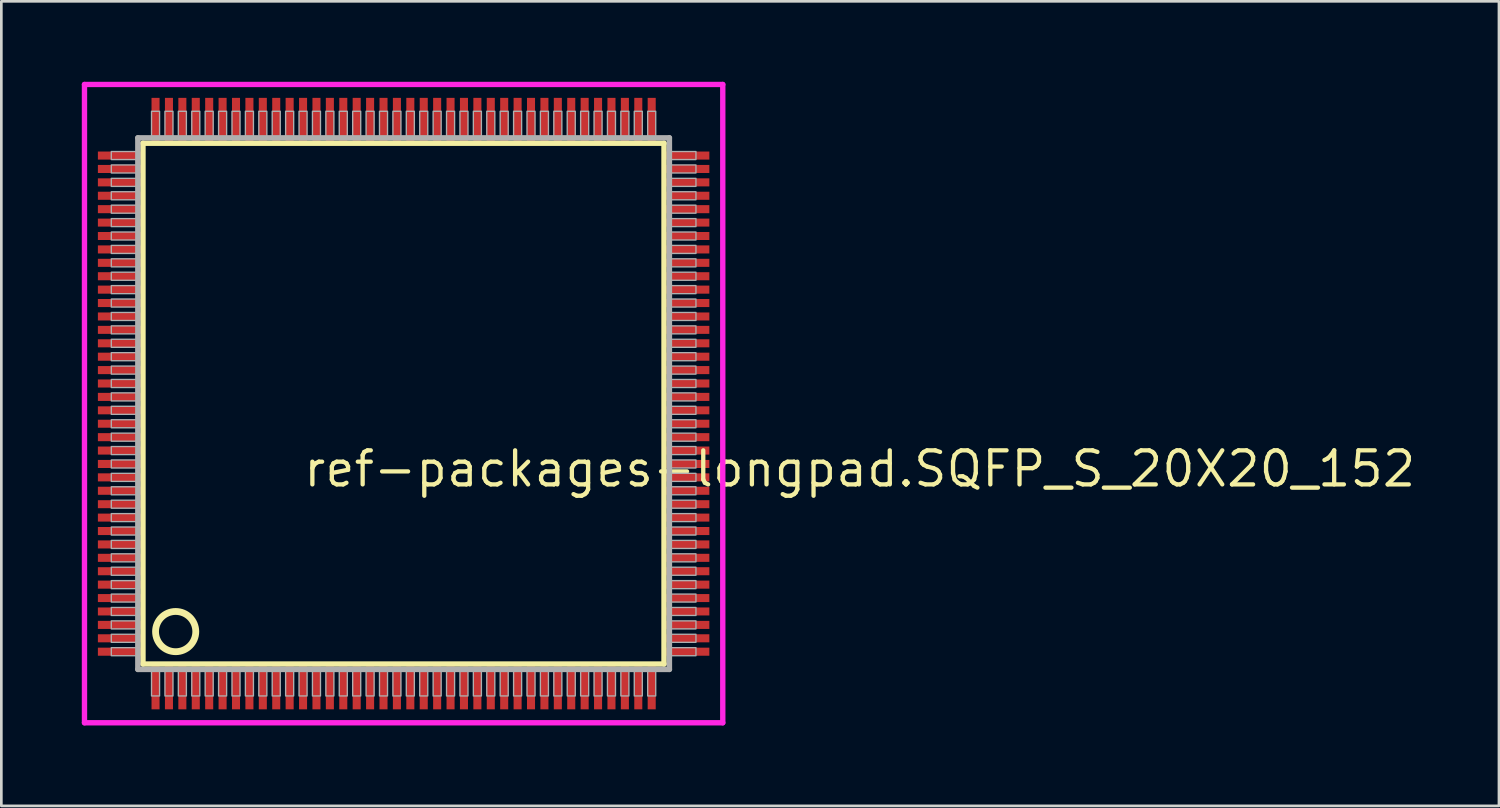
<source format=kicad_pcb>
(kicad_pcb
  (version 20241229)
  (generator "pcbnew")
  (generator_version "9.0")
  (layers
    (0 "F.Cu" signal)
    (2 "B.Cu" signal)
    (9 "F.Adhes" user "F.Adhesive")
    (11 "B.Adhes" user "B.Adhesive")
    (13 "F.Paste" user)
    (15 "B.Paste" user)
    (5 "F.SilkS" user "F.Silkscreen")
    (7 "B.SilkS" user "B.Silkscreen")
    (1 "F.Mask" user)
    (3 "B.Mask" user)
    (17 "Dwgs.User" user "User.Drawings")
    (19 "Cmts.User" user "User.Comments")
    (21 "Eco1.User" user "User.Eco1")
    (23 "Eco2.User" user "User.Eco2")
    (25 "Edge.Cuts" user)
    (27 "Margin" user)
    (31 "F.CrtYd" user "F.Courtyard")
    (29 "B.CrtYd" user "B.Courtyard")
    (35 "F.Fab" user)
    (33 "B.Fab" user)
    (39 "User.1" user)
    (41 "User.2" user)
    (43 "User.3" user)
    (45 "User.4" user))
  (footprint "ref-packages-longpad.SQFP_S_20X20_152"
    (layer "F.Cu")
    (at 12 12)
    (property "Reference" "ref-packages-longpad.SQFP_S_20X20_152" (at -3.81 3.175 0) (layer "F.SilkS") (effects (font (size 1.27 1.27) (thickness 0.16)) (justify left bottom)))
    (attr smd)
    (fp_line (start -9.72 -9.71) (end 9.71 -9.71) (stroke (width 0.203) (type default)) (layer "F.SilkS"))
    (fp_line (start -9.72 9.71) (end -9.72 -9.71) (stroke (width 0.203) (type default)) (layer "F.SilkS"))
    (fp_line (start 9.71 9.71) (end -9.72 9.71) (stroke (width 0.203) (type default)) (layer "F.SilkS"))
    (fp_line (start 9.71 -9.71) (end 9.71 9.71) (stroke (width 0.203) (type default)) (layer "F.SilkS"))
    (fp_circle (center -8.5 8.5) (end -7.75 8.5) (stroke (width 0.254) (type default)) (fill no) (layer "F.SilkS"))
    (fp_line (start -11.9 -11.9) (end 11.9 -11.9) (stroke (width 0.2) (type default)) (layer "F.CrtYd"))
    (fp_line (start -11.9 11.9) (end -11.9 -11.9) (stroke (width 0.2) (type default)) (layer "F.CrtYd"))
    (fp_line (start 11.9 -11.9) (end 11.9 11.9) (stroke (width 0.2) (type default)) (layer "F.CrtYd"))
    (fp_line (start 11.9 11.9) (end -11.9 11.9) (stroke (width 0.2) (type default)) (layer "F.CrtYd"))
    (fp_line (start -9.91 -9.91) (end -9.91 9.91) (stroke (width 0.203) (type default)) (layer "F.Fab"))
    (fp_line (start -9.91 9.91) (end 9.91 9.91) (stroke (width 0.203) (type default)) (layer "F.Fab"))
    (fp_line (start 9.91 -9.91) (end -9.91 -9.91) (stroke (width 0.203) (type default)) (layer "F.Fab"))
    (fp_line (start 9.91 9.91) (end 9.91 -9.91) (stroke (width 0.203) (type default)) (layer "F.Fab"))
    (fp_rect (start -10.9 -9.1) (end -9.95 -9.4) (stroke (width 0.05) (type default)) (fill no) (layer "F.Fab"))
    (fp_rect (start -10.9 -8.6) (end -9.95 -8.9) (stroke (width 0.05) (type default)) (fill no) (layer "F.Fab"))
    (fp_rect (start -10.9 -8.1) (end -9.95 -8.4) (stroke (width 0.05) (type default)) (fill no) (layer "F.Fab"))
    (fp_rect (start -10.9 -7.6) (end -9.95 -7.9) (stroke (width 0.05) (type default)) (fill no) (layer "F.Fab"))
    (fp_rect (start -10.9 -7.1) (end -9.95 -7.4) (stroke (width 0.05) (type default)) (fill no) (layer "F.Fab"))
    (fp_rect (start -10.9 -6.6) (end -9.95 -6.9) (stroke (width 0.05) (type default)) (fill no) (layer "F.Fab"))
    (fp_rect (start -10.9 -6.1) (end -9.95 -6.4) (stroke (width 0.05) (type default)) (fill no) (layer "F.Fab"))
    (fp_rect (start -10.9 -5.6) (end -9.95 -5.9) (stroke (width 0.05) (type default)) (fill no) (layer "F.Fab"))
    (fp_rect (start -10.9 -5.1) (end -9.95 -5.4) (stroke (width 0.05) (type default)) (fill no) (layer "F.Fab"))
    (fp_rect (start -10.9 -4.6) (end -9.95 -4.9) (stroke (width 0.05) (type default)) (fill no) (layer "F.Fab"))
    (fp_rect (start -10.9 -4.1) (end -9.95 -4.4) (stroke (width 0.05) (type default)) (fill no) (layer "F.Fab"))
    (fp_rect (start -10.9 -3.6) (end -9.95 -3.9) (stroke (width 0.05) (type default)) (fill no) (layer "F.Fab"))
    (fp_rect (start -10.9 -3.1) (end -9.95 -3.4) (stroke (width 0.05) (type default)) (fill no) (layer "F.Fab"))
    (fp_rect (start -10.9 -2.6) (end -9.95 -2.9) (stroke (width 0.05) (type default)) (fill no) (layer "F.Fab"))
    (fp_rect (start -10.9 -2.1) (end -9.95 -2.4) (stroke (width 0.05) (type default)) (fill no) (layer "F.Fab"))
    (fp_rect (start -10.9 -1.6) (end -9.95 -1.9) (stroke (width 0.05) (type default)) (fill no) (layer "F.Fab"))
    (fp_rect (start -10.9 -1.1) (end -9.95 -1.4) (stroke (width 0.05) (type default)) (fill no) (layer "F.Fab"))
    (fp_rect (start -10.9 -0.6) (end -9.95 -0.9) (stroke (width 0.05) (type default)) (fill no) (layer "F.Fab"))
    (fp_rect (start -10.9 -0.1) (end -9.95 -0.4) (stroke (width 0.05) (type default)) (fill no) (layer "F.Fab"))
    (fp_rect (start -10.9 0.4) (end -9.95 0.1) (stroke (width 0.05) (type default)) (fill no) (layer "F.Fab"))
    (fp_rect (start -10.9 0.9) (end -9.95 0.6) (stroke (width 0.05) (type default)) (fill no) (layer "F.Fab"))
    (fp_rect (start -10.9 1.4) (end -9.95 1.1) (stroke (width 0.05) (type default)) (fill no) (layer "F.Fab"))
    (fp_rect (start -10.9 1.9) (end -9.95 1.6) (stroke (width 0.05) (type default)) (fill no) (layer "F.Fab"))
    (fp_rect (start -10.9 2.4) (end -9.95 2.1) (stroke (width 0.05) (type default)) (fill no) (layer "F.Fab"))
    (fp_rect (start -10.9 2.9) (end -9.95 2.6) (stroke (width 0.05) (type default)) (fill no) (layer "F.Fab"))
    (fp_rect (start -10.9 3.4) (end -9.95 3.1) (stroke (width 0.05) (type default)) (fill no) (layer "F.Fab"))
    (fp_rect (start -10.9 3.9) (end -9.95 3.6) (stroke (width 0.05) (type default)) (fill no) (layer "F.Fab"))
    (fp_rect (start -10.9 4.4) (end -9.95 4.1) (stroke (width 0.05) (type default)) (fill no) (layer "F.Fab"))
    (fp_rect (start -10.9 4.9) (end -9.95 4.6) (stroke (width 0.05) (type default)) (fill no) (layer "F.Fab"))
    (fp_rect (start -10.9 5.4) (end -9.95 5.1) (stroke (width 0.05) (type default)) (fill no) (layer "F.Fab"))
    (fp_rect (start -10.9 5.9) (end -9.95 5.6) (stroke (width 0.05) (type default)) (fill no) (layer "F.Fab"))
    (fp_rect (start -10.9 6.4) (end -9.95 6.1) (stroke (width 0.05) (type default)) (fill no) (layer "F.Fab"))
    (fp_rect (start -10.9 6.9) (end -9.95 6.6) (stroke (width 0.05) (type default)) (fill no) (layer "F.Fab"))
    (fp_rect (start -10.9 7.4) (end -9.95 7.1) (stroke (width 0.05) (type default)) (fill no) (layer "F.Fab"))
    (fp_rect (start -10.9 7.9) (end -9.95 7.6) (stroke (width 0.05) (type default)) (fill no) (layer "F.Fab"))
    (fp_rect (start -10.9 8.4) (end -9.95 8.1) (stroke (width 0.05) (type default)) (fill no) (layer "F.Fab"))
    (fp_rect (start -10.9 8.9) (end -9.95 8.6) (stroke (width 0.05) (type default)) (fill no) (layer "F.Fab"))
    (fp_rect (start -10.9 9.4) (end -9.95 9.1) (stroke (width 0.05) (type default)) (fill no) (layer "F.Fab"))
    (fp_rect (start -9.4 -9.95) (end -9.1 -10.9) (stroke (width 0.05) (type default)) (fill no) (layer "F.Fab"))
    (fp_rect (start -9.4 10.9) (end -9.1 9.95) (stroke (width 0.05) (type default)) (fill no) (layer "F.Fab"))
    (fp_rect (start -8.9 -9.95) (end -8.6 -10.9) (stroke (width 0.05) (type default)) (fill no) (layer "F.Fab"))
    (fp_rect (start -8.9 10.9) (end -8.6 9.95) (stroke (width 0.05) (type default)) (fill no) (layer "F.Fab"))
    (fp_rect (start -8.4 -9.95) (end -8.1 -10.9) (stroke (width 0.05) (type default)) (fill no) (layer "F.Fab"))
    (fp_rect (start -8.4 10.9) (end -8.1 9.95) (stroke (width 0.05) (type default)) (fill no) (layer "F.Fab"))
    (fp_rect (start -7.9 -9.95) (end -7.6 -10.9) (stroke (width 0.05) (type default)) (fill no) (layer "F.Fab"))
    (fp_rect (start -7.9 10.9) (end -7.6 9.95) (stroke (width 0.05) (type default)) (fill no) (layer "F.Fab"))
    (fp_rect (start -7.4 -9.95) (end -7.1 -10.9) (stroke (width 0.05) (type default)) (fill no) (layer "F.Fab"))
    (fp_rect (start -7.4 10.9) (end -7.1 9.95) (stroke (width 0.05) (type default)) (fill no) (layer "F.Fab"))
    (fp_rect (start -6.9 -9.95) (end -6.6 -10.9) (stroke (width 0.05) (type default)) (fill no) (layer "F.Fab"))
    (fp_rect (start -6.9 10.9) (end -6.6 9.95) (stroke (width 0.05) (type default)) (fill no) (layer "F.Fab"))
    (fp_rect (start -6.4 -9.95) (end -6.1 -10.9) (stroke (width 0.05) (type default)) (fill no) (layer "F.Fab"))
    (fp_rect (start -6.4 10.9) (end -6.1 9.95) (stroke (width 0.05) (type default)) (fill no) (layer "F.Fab"))
    (fp_rect (start -5.9 -9.95) (end -5.6 -10.9) (stroke (width 0.05) (type default)) (fill no) (layer "F.Fab"))
    (fp_rect (start -5.9 10.9) (end -5.6 9.95) (stroke (width 0.05) (type default)) (fill no) (layer "F.Fab"))
    (fp_rect (start -5.4 -9.95) (end -5.1 -10.9) (stroke (width 0.05) (type default)) (fill no) (layer "F.Fab"))
    (fp_rect (start -5.4 10.9) (end -5.1 9.95) (stroke (width 0.05) (type default)) (fill no) (layer "F.Fab"))
    (fp_rect (start -4.9 -9.95) (end -4.6 -10.9) (stroke (width 0.05) (type default)) (fill no) (layer "F.Fab"))
    (fp_rect (start -4.9 10.9) (end -4.6 9.95) (stroke (width 0.05) (type default)) (fill no) (layer "F.Fab"))
    (fp_rect (start -4.4 -9.95) (end -4.1 -10.9) (stroke (width 0.05) (type default)) (fill no) (layer "F.Fab"))
    (fp_rect (start -4.4 10.9) (end -4.1 9.95) (stroke (width 0.05) (type default)) (fill no) (layer "F.Fab"))
    (fp_rect (start -3.9 -9.95) (end -3.6 -10.9) (stroke (width 0.05) (type default)) (fill no) (layer "F.Fab"))
    (fp_rect (start -3.9 10.9) (end -3.6 9.95) (stroke (width 0.05) (type default)) (fill no) (layer "F.Fab"))
    (fp_rect (start -3.4 -9.95) (end -3.1 -10.9) (stroke (width 0.05) (type default)) (fill no) (layer "F.Fab"))
    (fp_rect (start -3.4 10.9) (end -3.1 9.95) (stroke (width 0.05) (type default)) (fill no) (layer "F.Fab"))
    (fp_rect (start -2.9 -9.95) (end -2.6 -10.9) (stroke (width 0.05) (type default)) (fill no) (layer "F.Fab"))
    (fp_rect (start -2.9 10.9) (end -2.6 9.95) (stroke (width 0.05) (type default)) (fill no) (layer "F.Fab"))
    (fp_rect (start -2.4 -9.95) (end -2.1 -10.9) (stroke (width 0.05) (type default)) (fill no) (layer "F.Fab"))
    (fp_rect (start -2.4 10.9) (end -2.1 9.95) (stroke (width 0.05) (type default)) (fill no) (layer "F.Fab"))
    (fp_rect (start -1.9 -9.95) (end -1.6 -10.9) (stroke (width 0.05) (type default)) (fill no) (layer "F.Fab"))
    (fp_rect (start -1.9 10.9) (end -1.6 9.95) (stroke (width 0.05) (type default)) (fill no) (layer "F.Fab"))
    (fp_rect (start -1.4 -9.95) (end -1.1 -10.9) (stroke (width 0.05) (type default)) (fill no) (layer "F.Fab"))
    (fp_rect (start -1.4 10.9) (end -1.1 9.95) (stroke (width 0.05) (type default)) (fill no) (layer "F.Fab"))
    (fp_rect (start -0.9 -9.95) (end -0.6 -10.9) (stroke (width 0.05) (type default)) (fill no) (layer "F.Fab"))
    (fp_rect (start -0.9 10.9) (end -0.6 9.95) (stroke (width 0.05) (type default)) (fill no) (layer "F.Fab"))
    (fp_rect (start -0.4 -9.95) (end -0.1 -10.9) (stroke (width 0.05) (type default)) (fill no) (layer "F.Fab"))
    (fp_rect (start -0.4 10.9) (end -0.1 9.95) (stroke (width 0.05) (type default)) (fill no) (layer "F.Fab"))
    (fp_rect (start 0.1 -9.95) (end 0.4 -10.9) (stroke (width 0.05) (type default)) (fill no) (layer "F.Fab"))
    (fp_rect (start 0.1 10.9) (end 0.4 9.95) (stroke (width 0.05) (type default)) (fill no) (layer "F.Fab"))
    (fp_rect (start 0.6 -9.95) (end 0.9 -10.9) (stroke (width 0.05) (type default)) (fill no) (layer "F.Fab"))
    (fp_rect (start 0.6 10.9) (end 0.9 9.95) (stroke (width 0.05) (type default)) (fill no) (layer "F.Fab"))
    (fp_rect (start 1.1 -9.95) (end 1.4 -10.9) (stroke (width 0.05) (type default)) (fill no) (layer "F.Fab"))
    (fp_rect (start 1.1 10.9) (end 1.4 9.95) (stroke (width 0.05) (type default)) (fill no) (layer "F.Fab"))
    (fp_rect (start 1.6 -9.95) (end 1.9 -10.9) (stroke (width 0.05) (type default)) (fill no) (layer "F.Fab"))
    (fp_rect (start 1.6 10.9) (end 1.9 9.95) (stroke (width 0.05) (type default)) (fill no) (layer "F.Fab"))
    (fp_rect (start 2.1 -9.95) (end 2.4 -10.9) (stroke (width 0.05) (type default)) (fill no) (layer "F.Fab"))
    (fp_rect (start 2.1 10.9) (end 2.4 9.95) (stroke (width 0.05) (type default)) (fill no) (layer "F.Fab"))
    (fp_rect (start 2.6 -9.95) (end 2.9 -10.9) (stroke (width 0.05) (type default)) (fill no) (layer "F.Fab"))
    (fp_rect (start 2.6 10.9) (end 2.9 9.95) (stroke (width 0.05) (type default)) (fill no) (layer "F.Fab"))
    (fp_rect (start 3.1 -9.95) (end 3.4 -10.9) (stroke (width 0.05) (type default)) (fill no) (layer "F.Fab"))
    (fp_rect (start 3.1 10.9) (end 3.4 9.95) (stroke (width 0.05) (type default)) (fill no) (layer "F.Fab"))
    (fp_rect (start 3.6 -9.95) (end 3.9 -10.9) (stroke (width 0.05) (type default)) (fill no) (layer "F.Fab"))
    (fp_rect (start 3.6 10.9) (end 3.9 9.95) (stroke (width 0.05) (type default)) (fill no) (layer "F.Fab"))
    (fp_rect (start 4.1 -9.95) (end 4.4 -10.9) (stroke (width 0.05) (type default)) (fill no) (layer "F.Fab"))
    (fp_rect (start 4.1 10.9) (end 4.4 9.95) (stroke (width 0.05) (type default)) (fill no) (layer "F.Fab"))
    (fp_rect (start 4.6 -9.95) (end 4.9 -10.9) (stroke (width 0.05) (type default)) (fill no) (layer "F.Fab"))
    (fp_rect (start 4.6 10.9) (end 4.9 9.95) (stroke (width 0.05) (type default)) (fill no) (layer "F.Fab"))
    (fp_rect (start 5.1 -9.95) (end 5.4 -10.9) (stroke (width 0.05) (type default)) (fill no) (layer "F.Fab"))
    (fp_rect (start 5.1 10.9) (end 5.4 9.95) (stroke (width 0.05) (type default)) (fill no) (layer "F.Fab"))
    (fp_rect (start 5.6 -9.95) (end 5.9 -10.9) (stroke (width 0.05) (type default)) (fill no) (layer "F.Fab"))
    (fp_rect (start 5.6 10.9) (end 5.9 9.95) (stroke (width 0.05) (type default)) (fill no) (layer "F.Fab"))
    (fp_rect (start 6.1 -9.95) (end 6.4 -10.9) (stroke (width 0.05) (type default)) (fill no) (layer "F.Fab"))
    (fp_rect (start 6.1 10.9) (end 6.4 9.95) (stroke (width 0.05) (type default)) (fill no) (layer "F.Fab"))
    (fp_rect (start 6.6 -9.95) (end 6.9 -10.9) (stroke (width 0.05) (type default)) (fill no) (layer "F.Fab"))
    (fp_rect (start 6.6 10.9) (end 6.9 9.95) (stroke (width 0.05) (type default)) (fill no) (layer "F.Fab"))
    (fp_rect (start 7.1 -9.95) (end 7.4 -10.9) (stroke (width 0.05) (type default)) (fill no) (layer "F.Fab"))
    (fp_rect (start 7.1 10.9) (end 7.4 9.95) (stroke (width 0.05) (type default)) (fill no) (layer "F.Fab"))
    (fp_rect (start 7.6 -9.95) (end 7.9 -10.9) (stroke (width 0.05) (type default)) (fill no) (layer "F.Fab"))
    (fp_rect (start 7.6 10.9) (end 7.9 9.95) (stroke (width 0.05) (type default)) (fill no) (layer "F.Fab"))
    (fp_rect (start 8.1 -9.95) (end 8.4 -10.9) (stroke (width 0.05) (type default)) (fill no) (layer "F.Fab"))
    (fp_rect (start 8.1 10.9) (end 8.4 9.95) (stroke (width 0.05) (type default)) (fill no) (layer "F.Fab"))
    (fp_rect (start 8.6 -9.95) (end 8.9 -10.9) (stroke (width 0.05) (type default)) (fill no) (layer "F.Fab"))
    (fp_rect (start 8.6 10.9) (end 8.9 9.95) (stroke (width 0.05) (type default)) (fill no) (layer "F.Fab"))
    (fp_rect (start 9.1 -9.95) (end 9.4 -10.9) (stroke (width 0.05) (type default)) (fill no) (layer "F.Fab"))
    (fp_rect (start 9.1 10.9) (end 9.4 9.95) (stroke (width 0.05) (type default)) (fill no) (layer "F.Fab"))
    (fp_rect (start 9.95 -9.1) (end 10.9 -9.4) (stroke (width 0.05) (type default)) (fill no) (layer "F.Fab"))
    (fp_rect (start 9.95 -8.6) (end 10.9 -8.9) (stroke (width 0.05) (type default)) (fill no) (layer "F.Fab"))
    (fp_rect (start 9.95 -8.1) (end 10.9 -8.4) (stroke (width 0.05) (type default)) (fill no) (layer "F.Fab"))
    (fp_rect (start 9.95 -7.6) (end 10.9 -7.9) (stroke (width 0.05) (type default)) (fill no) (layer "F.Fab"))
    (fp_rect (start 9.95 -7.1) (end 10.9 -7.4) (stroke (width 0.05) (type default)) (fill no) (layer "F.Fab"))
    (fp_rect (start 9.95 -6.6) (end 10.9 -6.9) (stroke (width 0.05) (type default)) (fill no) (layer "F.Fab"))
    (fp_rect (start 9.95 -6.1) (end 10.9 -6.4) (stroke (width 0.05) (type default)) (fill no) (layer "F.Fab"))
    (fp_rect (start 9.95 -5.6) (end 10.9 -5.9) (stroke (width 0.05) (type default)) (fill no) (layer "F.Fab"))
    (fp_rect (start 9.95 -5.1) (end 10.9 -5.4) (stroke (width 0.05) (type default)) (fill no) (layer "F.Fab"))
    (fp_rect (start 9.95 -4.6) (end 10.9 -4.9) (stroke (width 0.05) (type default)) (fill no) (layer "F.Fab"))
    (fp_rect (start 9.95 -4.1) (end 10.9 -4.4) (stroke (width 0.05) (type default)) (fill no) (layer "F.Fab"))
    (fp_rect (start 9.95 -3.6) (end 10.9 -3.9) (stroke (width 0.05) (type default)) (fill no) (layer "F.Fab"))
    (fp_rect (start 9.95 -3.1) (end 10.9 -3.4) (stroke (width 0.05) (type default)) (fill no) (layer "F.Fab"))
    (fp_rect (start 9.95 -2.6) (end 10.9 -2.9) (stroke (width 0.05) (type default)) (fill no) (layer "F.Fab"))
    (fp_rect (start 9.95 -2.1) (end 10.9 -2.4) (stroke (width 0.05) (type default)) (fill no) (layer "F.Fab"))
    (fp_rect (start 9.95 -1.6) (end 10.9 -1.9) (stroke (width 0.05) (type default)) (fill no) (layer "F.Fab"))
    (fp_rect (start 9.95 -1.1) (end 10.9 -1.4) (stroke (width 0.05) (type default)) (fill no) (layer "F.Fab"))
    (fp_rect (start 9.95 -0.6) (end 10.9 -0.9) (stroke (width 0.05) (type default)) (fill no) (layer "F.Fab"))
    (fp_rect (start 9.95 -0.1) (end 10.9 -0.4) (stroke (width 0.05) (type default)) (fill no) (layer "F.Fab"))
    (fp_rect (start 9.95 0.4) (end 10.9 0.1) (stroke (width 0.05) (type default)) (fill no) (layer "F.Fab"))
    (fp_rect (start 9.95 0.9) (end 10.9 0.6) (stroke (width 0.05) (type default)) (fill no) (layer "F.Fab"))
    (fp_rect (start 9.95 1.4) (end 10.9 1.1) (stroke (width 0.05) (type default)) (fill no) (layer "F.Fab"))
    (fp_rect (start 9.95 1.9) (end 10.9 1.6) (stroke (width 0.05) (type default)) (fill no) (layer "F.Fab"))
    (fp_rect (start 9.95 2.4) (end 10.9 2.1) (stroke (width 0.05) (type default)) (fill no) (layer "F.Fab"))
    (fp_rect (start 9.95 2.9) (end 10.9 2.6) (stroke (width 0.05) (type default)) (fill no) (layer "F.Fab"))
    (fp_rect (start 9.95 3.4) (end 10.9 3.1) (stroke (width 0.05) (type default)) (fill no) (layer "F.Fab"))
    (fp_rect (start 9.95 3.9) (end 10.9 3.6) (stroke (width 0.05) (type default)) (fill no) (layer "F.Fab"))
    (fp_rect (start 9.95 4.4) (end 10.9 4.1) (stroke (width 0.05) (type default)) (fill no) (layer "F.Fab"))
    (fp_rect (start 9.95 4.9) (end 10.9 4.6) (stroke (width 0.05) (type default)) (fill no) (layer "F.Fab"))
    (fp_rect (start 9.95 5.4) (end 10.9 5.1) (stroke (width 0.05) (type default)) (fill no) (layer "F.Fab"))
    (fp_rect (start 9.95 5.9) (end 10.9 5.6) (stroke (width 0.05) (type default)) (fill no) (layer "F.Fab"))
    (fp_rect (start 9.95 6.4) (end 10.9 6.1) (stroke (width 0.05) (type default)) (fill no) (layer "F.Fab"))
    (fp_rect (start 9.95 6.9) (end 10.9 6.6) (stroke (width 0.05) (type default)) (fill no) (layer "F.Fab"))
    (fp_rect (start 9.95 7.4) (end 10.9 7.1) (stroke (width 0.05) (type default)) (fill no) (layer "F.Fab"))
    (fp_rect (start 9.95 7.9) (end 10.9 7.6) (stroke (width 0.05) (type default)) (fill no) (layer "F.Fab"))
    (fp_rect (start 9.95 8.4) (end 10.9 8.1) (stroke (width 0.05) (type default)) (fill no) (layer "F.Fab"))
    (fp_rect (start 9.95 8.9) (end 10.9 8.6) (stroke (width 0.05) (type default)) (fill no) (layer "F.Fab"))
    (fp_rect (start 9.95 9.4) (end 10.9 9.1) (stroke (width 0.05) (type default)) (fill no) (layer "F.Fab"))
    (pad "1" smd roundrect (at -9.25 10.6) (size 0.3 1.6) (layers "F.Cu" "F.Mask" "F.Paste") (roundrect_rratio 0.01))
    (pad "2" smd roundrect (at -8.75 10.6) (size 0.3 1.6) (layers "F.Cu" "F.Mask" "F.Paste") (roundrect_rratio 0.01))
    (pad "3" smd roundrect (at -8.25 10.6) (size 0.3 1.6) (layers "F.Cu" "F.Mask" "F.Paste") (roundrect_rratio 0.01))
    (pad "4" smd roundrect (at -7.75 10.6) (size 0.3 1.6) (layers "F.Cu" "F.Mask" "F.Paste") (roundrect_rratio 0.01))
    (pad "5" smd roundrect (at -7.25 10.6) (size 0.3 1.6) (layers "F.Cu" "F.Mask" "F.Paste") (roundrect_rratio 0.01))
    (pad "6" smd roundrect (at -6.75 10.6) (size 0.3 1.6) (layers "F.Cu" "F.Mask" "F.Paste") (roundrect_rratio 0.01))
    (pad "7" smd roundrect (at -6.25 10.6) (size 0.3 1.6) (layers "F.Cu" "F.Mask" "F.Paste") (roundrect_rratio 0.01))
    (pad "8" smd roundrect (at -5.75 10.6) (size 0.3 1.6) (layers "F.Cu" "F.Mask" "F.Paste") (roundrect_rratio 0.01))
    (pad "9" smd roundrect (at -5.25 10.6) (size 0.3 1.6) (layers "F.Cu" "F.Mask" "F.Paste") (roundrect_rratio 0.01))
    (pad "10" smd roundrect (at -4.75 10.6) (size 0.3 1.6) (layers "F.Cu" "F.Mask" "F.Paste") (roundrect_rratio 0.01))
    (pad "11" smd roundrect (at -4.25 10.6) (size 0.3 1.6) (layers "F.Cu" "F.Mask" "F.Paste") (roundrect_rratio 0.01))
    (pad "12" smd roundrect (at -3.75 10.6) (size 0.3 1.6) (layers "F.Cu" "F.Mask" "F.Paste") (roundrect_rratio 0.01))
    (pad "13" smd roundrect (at -3.25 10.6) (size 0.3 1.6) (layers "F.Cu" "F.Mask" "F.Paste") (roundrect_rratio 0.01))
    (pad "14" smd roundrect (at -2.75 10.6) (size 0.3 1.6) (layers "F.Cu" "F.Mask" "F.Paste") (roundrect_rratio 0.01))
    (pad "15" smd roundrect (at -2.25 10.6) (size 0.3 1.6) (layers "F.Cu" "F.Mask" "F.Paste") (roundrect_rratio 0.01))
    (pad "16" smd roundrect (at -1.75 10.6) (size 0.3 1.6) (layers "F.Cu" "F.Mask" "F.Paste") (roundrect_rratio 0.01))
    (pad "17" smd roundrect (at -1.25 10.6) (size 0.3 1.6) (layers "F.Cu" "F.Mask" "F.Paste") (roundrect_rratio 0.01))
    (pad "18" smd roundrect (at -0.75 10.6) (size 0.3 1.6) (layers "F.Cu" "F.Mask" "F.Paste") (roundrect_rratio 0.01))
    (pad "19" smd roundrect (at -0.25 10.6) (size 0.3 1.6) (layers "F.Cu" "F.Mask" "F.Paste") (roundrect_rratio 0.01))
    (pad "20" smd roundrect (at 0.25 10.6) (size 0.3 1.6) (layers "F.Cu" "F.Mask" "F.Paste") (roundrect_rratio 0.01))
    (pad "21" smd roundrect (at 0.75 10.6) (size 0.3 1.6) (layers "F.Cu" "F.Mask" "F.Paste") (roundrect_rratio 0.01))
    (pad "22" smd roundrect (at 1.25 10.6) (size 0.3 1.6) (layers "F.Cu" "F.Mask" "F.Paste") (roundrect_rratio 0.01))
    (pad "23" smd roundrect (at 1.75 10.6) (size 0.3 1.6) (layers "F.Cu" "F.Mask" "F.Paste") (roundrect_rratio 0.01))
    (pad "24" smd roundrect (at 2.25 10.6) (size 0.3 1.6) (layers "F.Cu" "F.Mask" "F.Paste") (roundrect_rratio 0.01))
    (pad "25" smd roundrect (at 2.75 10.6) (size 0.3 1.6) (layers "F.Cu" "F.Mask" "F.Paste") (roundrect_rratio 0.01))
    (pad "26" smd roundrect (at 3.25 10.6) (size 0.3 1.6) (layers "F.Cu" "F.Mask" "F.Paste") (roundrect_rratio 0.01))
    (pad "27" smd roundrect (at 3.75 10.6) (size 0.3 1.6) (layers "F.Cu" "F.Mask" "F.Paste") (roundrect_rratio 0.01))
    (pad "28" smd roundrect (at 4.25 10.6) (size 0.3 1.6) (layers "F.Cu" "F.Mask" "F.Paste") (roundrect_rratio 0.01))
    (pad "29" smd roundrect (at 4.75 10.6) (size 0.3 1.6) (layers "F.Cu" "F.Mask" "F.Paste") (roundrect_rratio 0.01))
    (pad "30" smd roundrect (at 5.25 10.6) (size 0.3 1.6) (layers "F.Cu" "F.Mask" "F.Paste") (roundrect_rratio 0.01))
    (pad "31" smd roundrect (at 5.75 10.6) (size 0.3 1.6) (layers "F.Cu" "F.Mask" "F.Paste") (roundrect_rratio 0.01))
    (pad "32" smd roundrect (at 6.25 10.6) (size 0.3 1.6) (layers "F.Cu" "F.Mask" "F.Paste") (roundrect_rratio 0.01))
    (pad "33" smd roundrect (at 6.75 10.6) (size 0.3 1.6) (layers "F.Cu" "F.Mask" "F.Paste") (roundrect_rratio 0.01))
    (pad "34" smd roundrect (at 7.25 10.6) (size 0.3 1.6) (layers "F.Cu" "F.Mask" "F.Paste") (roundrect_rratio 0.01))
    (pad "35" smd roundrect (at 7.75 10.6) (size 0.3 1.6) (layers "F.Cu" "F.Mask" "F.Paste") (roundrect_rratio 0.01))
    (pad "36" smd roundrect (at 8.25 10.6) (size 0.3 1.6) (layers "F.Cu" "F.Mask" "F.Paste") (roundrect_rratio 0.01))
    (pad "37" smd roundrect (at 8.75 10.6) (size 0.3 1.6) (layers "F.Cu" "F.Mask" "F.Paste") (roundrect_rratio 0.01))
    (pad "38" smd roundrect (at 9.25 10.6) (size 0.3 1.6) (layers "F.Cu" "F.Mask" "F.Paste") (roundrect_rratio 0.01))
    (pad "39" smd roundrect (at 10.6 9.25) (size 1.6 0.3) (layers "F.Cu" "F.Mask" "F.Paste") (roundrect_rratio 0.01))
    (pad "40" smd roundrect (at 10.6 8.75) (size 1.6 0.3) (layers "F.Cu" "F.Mask" "F.Paste") (roundrect_rratio 0.01))
    (pad "41" smd roundrect (at 10.6 8.25) (size 1.6 0.3) (layers "F.Cu" "F.Mask" "F.Paste") (roundrect_rratio 0.01))
    (pad "42" smd roundrect (at 10.6 7.75) (size 1.6 0.3) (layers "F.Cu" "F.Mask" "F.Paste") (roundrect_rratio 0.01))
    (pad "43" smd roundrect (at 10.6 7.25) (size 1.6 0.3) (layers "F.Cu" "F.Mask" "F.Paste") (roundrect_rratio 0.01))
    (pad "44" smd roundrect (at 10.6 6.75) (size 1.6 0.3) (layers "F.Cu" "F.Mask" "F.Paste") (roundrect_rratio 0.01))
    (pad "45" smd roundrect (at 10.6 6.25) (size 1.6 0.3) (layers "F.Cu" "F.Mask" "F.Paste") (roundrect_rratio 0.01))
    (pad "46" smd roundrect (at 10.6 5.75) (size 1.6 0.3) (layers "F.Cu" "F.Mask" "F.Paste") (roundrect_rratio 0.01))
    (pad "47" smd roundrect (at 10.6 5.25) (size 1.6 0.3) (layers "F.Cu" "F.Mask" "F.Paste") (roundrect_rratio 0.01))
    (pad "48" smd roundrect (at 10.6 4.75) (size 1.6 0.3) (layers "F.Cu" "F.Mask" "F.Paste") (roundrect_rratio 0.01))
    (pad "49" smd roundrect (at 10.6 4.25) (size 1.6 0.3) (layers "F.Cu" "F.Mask" "F.Paste") (roundrect_rratio 0.01))
    (pad "50" smd roundrect (at 10.6 3.75) (size 1.6 0.3) (layers "F.Cu" "F.Mask" "F.Paste") (roundrect_rratio 0.01))
    (pad "51" smd roundrect (at 10.6 3.25) (size 1.6 0.3) (layers "F.Cu" "F.Mask" "F.Paste") (roundrect_rratio 0.01))
    (pad "52" smd roundrect (at 10.6 2.75) (size 1.6 0.3) (layers "F.Cu" "F.Mask" "F.Paste") (roundrect_rratio 0.01))
    (pad "53" smd roundrect (at 10.6 2.25) (size 1.6 0.3) (layers "F.Cu" "F.Mask" "F.Paste") (roundrect_rratio 0.01))
    (pad "54" smd roundrect (at 10.6 1.75) (size 1.6 0.3) (layers "F.Cu" "F.Mask" "F.Paste") (roundrect_rratio 0.01))
    (pad "55" smd roundrect (at 10.6 1.25) (size 1.6 0.3) (layers "F.Cu" "F.Mask" "F.Paste") (roundrect_rratio 0.01))
    (pad "56" smd roundrect (at 10.6 0.75) (size 1.6 0.3) (layers "F.Cu" "F.Mask" "F.Paste") (roundrect_rratio 0.01))
    (pad "57" smd roundrect (at 10.6 0.25) (size 1.6 0.3) (layers "F.Cu" "F.Mask" "F.Paste") (roundrect_rratio 0.01))
    (pad "58" smd roundrect (at 10.6 -0.25) (size 1.6 0.3) (layers "F.Cu" "F.Mask" "F.Paste") (roundrect_rratio 0.01))
    (pad "59" smd roundrect (at 10.6 -0.75) (size 1.6 0.3) (layers "F.Cu" "F.Mask" "F.Paste") (roundrect_rratio 0.01))
    (pad "60" smd roundrect (at 10.6 -1.25) (size 1.6 0.3) (layers "F.Cu" "F.Mask" "F.Paste") (roundrect_rratio 0.01))
    (pad "61" smd roundrect (at 10.6 -1.75) (size 1.6 0.3) (layers "F.Cu" "F.Mask" "F.Paste") (roundrect_rratio 0.01))
    (pad "62" smd roundrect (at 10.6 -2.25) (size 1.6 0.3) (layers "F.Cu" "F.Mask" "F.Paste") (roundrect_rratio 0.01))
    (pad "63" smd roundrect (at 10.6 -2.75) (size 1.6 0.3) (layers "F.Cu" "F.Mask" "F.Paste") (roundrect_rratio 0.01))
    (pad "64" smd roundrect (at 10.6 -3.25) (size 1.6 0.3) (layers "F.Cu" "F.Mask" "F.Paste") (roundrect_rratio 0.01))
    (pad "65" smd roundrect (at 10.6 -3.75) (size 1.6 0.3) (layers "F.Cu" "F.Mask" "F.Paste") (roundrect_rratio 0.01))
    (pad "66" smd roundrect (at 10.6 -4.25) (size 1.6 0.3) (layers "F.Cu" "F.Mask" "F.Paste") (roundrect_rratio 0.01))
    (pad "67" smd roundrect (at 10.6 -4.75) (size 1.6 0.3) (layers "F.Cu" "F.Mask" "F.Paste") (roundrect_rratio 0.01))
    (pad "68" smd roundrect (at 10.6 -5.25) (size 1.6 0.3) (layers "F.Cu" "F.Mask" "F.Paste") (roundrect_rratio 0.01))
    (pad "69" smd roundrect (at 10.6 -5.75) (size 1.6 0.3) (layers "F.Cu" "F.Mask" "F.Paste") (roundrect_rratio 0.01))
    (pad "70" smd roundrect (at 10.6 -6.25) (size 1.6 0.3) (layers "F.Cu" "F.Mask" "F.Paste") (roundrect_rratio 0.01))
    (pad "71" smd roundrect (at 10.6 -6.75) (size 1.6 0.3) (layers "F.Cu" "F.Mask" "F.Paste") (roundrect_rratio 0.01))
    (pad "72" smd roundrect (at 10.6 -7.25) (size 1.6 0.3) (layers "F.Cu" "F.Mask" "F.Paste") (roundrect_rratio 0.01))
    (pad "73" smd roundrect (at 10.6 -7.75) (size 1.6 0.3) (layers "F.Cu" "F.Mask" "F.Paste") (roundrect_rratio 0.01))
    (pad "74" smd roundrect (at 10.6 -8.25) (size 1.6 0.3) (layers "F.Cu" "F.Mask" "F.Paste") (roundrect_rratio 0.01))
    (pad "75" smd roundrect (at 10.6 -8.75) (size 1.6 0.3) (layers "F.Cu" "F.Mask" "F.Paste") (roundrect_rratio 0.01))
    (pad "76" smd roundrect (at 10.6 -9.25) (size 1.6 0.3) (layers "F.Cu" "F.Mask" "F.Paste") (roundrect_rratio 0.01))
    (pad "77" smd roundrect (at 9.25 -10.6) (size 0.3 1.6) (layers "F.Cu" "F.Mask" "F.Paste") (roundrect_rratio 0.01))
    (pad "78" smd roundrect (at 8.75 -10.6) (size 0.3 1.6) (layers "F.Cu" "F.Mask" "F.Paste") (roundrect_rratio 0.01))
    (pad "79" smd roundrect (at 8.25 -10.6) (size 0.3 1.6) (layers "F.Cu" "F.Mask" "F.Paste") (roundrect_rratio 0.01))
    (pad "80" smd roundrect (at 7.75 -10.6) (size 0.3 1.6) (layers "F.Cu" "F.Mask" "F.Paste") (roundrect_rratio 0.01))
    (pad "81" smd roundrect (at 7.25 -10.6) (size 0.3 1.6) (layers "F.Cu" "F.Mask" "F.Paste") (roundrect_rratio 0.01))
    (pad "82" smd roundrect (at 6.75 -10.6) (size 0.3 1.6) (layers "F.Cu" "F.Mask" "F.Paste") (roundrect_rratio 0.01))
    (pad "83" smd roundrect (at 6.25 -10.6) (size 0.3 1.6) (layers "F.Cu" "F.Mask" "F.Paste") (roundrect_rratio 0.01))
    (pad "84" smd roundrect (at 5.75 -10.6) (size 0.3 1.6) (layers "F.Cu" "F.Mask" "F.Paste") (roundrect_rratio 0.01))
    (pad "85" smd roundrect (at 5.25 -10.6) (size 0.3 1.6) (layers "F.Cu" "F.Mask" "F.Paste") (roundrect_rratio 0.01))
    (pad "86" smd roundrect (at 4.75 -10.6) (size 0.3 1.6) (layers "F.Cu" "F.Mask" "F.Paste") (roundrect_rratio 0.01))
    (pad "87" smd roundrect (at 4.25 -10.6) (size 0.3 1.6) (layers "F.Cu" "F.Mask" "F.Paste") (roundrect_rratio 0.01))
    (pad "88" smd roundrect (at 3.75 -10.6) (size 0.3 1.6) (layers "F.Cu" "F.Mask" "F.Paste") (roundrect_rratio 0.01))
    (pad "89" smd roundrect (at 3.25 -10.6) (size 0.3 1.6) (layers "F.Cu" "F.Mask" "F.Paste") (roundrect_rratio 0.01))
    (pad "90" smd roundrect (at 2.75 -10.6) (size 0.3 1.6) (layers "F.Cu" "F.Mask" "F.Paste") (roundrect_rratio 0.01))
    (pad "91" smd roundrect (at 2.25 -10.6) (size 0.3 1.6) (layers "F.Cu" "F.Mask" "F.Paste") (roundrect_rratio 0.01))
    (pad "92" smd roundrect (at 1.75 -10.6) (size 0.3 1.6) (layers "F.Cu" "F.Mask" "F.Paste") (roundrect_rratio 0.01))
    (pad "93" smd roundrect (at 1.25 -10.6) (size 0.3 1.6) (layers "F.Cu" "F.Mask" "F.Paste") (roundrect_rratio 0.01))
    (pad "94" smd roundrect (at 0.75 -10.6) (size 0.3 1.6) (layers "F.Cu" "F.Mask" "F.Paste") (roundrect_rratio 0.01))
    (pad "95" smd roundrect (at 0.25 -10.6) (size 0.3 1.6) (layers "F.Cu" "F.Mask" "F.Paste") (roundrect_rratio 0.01))
    (pad "96" smd roundrect (at -0.25 -10.6) (size 0.3 1.6) (layers "F.Cu" "F.Mask" "F.Paste") (roundrect_rratio 0.01))
    (pad "97" smd roundrect (at -0.75 -10.6) (size 0.3 1.6) (layers "F.Cu" "F.Mask" "F.Paste") (roundrect_rratio 0.01))
    (pad "98" smd roundrect (at -1.25 -10.6) (size 0.3 1.6) (layers "F.Cu" "F.Mask" "F.Paste") (roundrect_rratio 0.01))
    (pad "99" smd roundrect (at -1.75 -10.6) (size 0.3 1.6) (layers "F.Cu" "F.Mask" "F.Paste") (roundrect_rratio 0.01))
    (pad "100" smd roundrect (at -2.25 -10.6) (size 0.3 1.6) (layers "F.Cu" "F.Mask" "F.Paste") (roundrect_rratio 0.01))
    (pad "101" smd roundrect (at -2.75 -10.6) (size 0.3 1.6) (layers "F.Cu" "F.Mask" "F.Paste") (roundrect_rratio 0.01))
    (pad "102" smd roundrect (at -3.25 -10.6) (size 0.3 1.6) (layers "F.Cu" "F.Mask" "F.Paste") (roundrect_rratio 0.01))
    (pad "103" smd roundrect (at -3.75 -10.6) (size 0.3 1.6) (layers "F.Cu" "F.Mask" "F.Paste") (roundrect_rratio 0.01))
    (pad "104" smd roundrect (at -4.25 -10.6) (size 0.3 1.6) (layers "F.Cu" "F.Mask" "F.Paste") (roundrect_rratio 0.01))
    (pad "105" smd roundrect (at -4.75 -10.6) (size 0.3 1.6) (layers "F.Cu" "F.Mask" "F.Paste") (roundrect_rratio 0.01))
    (pad "106" smd roundrect (at -5.25 -10.6) (size 0.3 1.6) (layers "F.Cu" "F.Mask" "F.Paste") (roundrect_rratio 0.01))
    (pad "107" smd roundrect (at -5.75 -10.6) (size 0.3 1.6) (layers "F.Cu" "F.Mask" "F.Paste") (roundrect_rratio 0.01))
    (pad "108" smd roundrect (at -6.25 -10.6) (size 0.3 1.6) (layers "F.Cu" "F.Mask" "F.Paste") (roundrect_rratio 0.01))
    (pad "109" smd roundrect (at -6.75 -10.6) (size 0.3 1.6) (layers "F.Cu" "F.Mask" "F.Paste") (roundrect_rratio 0.01))
    (pad "110" smd roundrect (at -7.25 -10.6) (size 0.3 1.6) (layers "F.Cu" "F.Mask" "F.Paste") (roundrect_rratio 0.01))
    (pad "111" smd roundrect (at -7.75 -10.6) (size 0.3 1.6) (layers "F.Cu" "F.Mask" "F.Paste") (roundrect_rratio 0.01))
    (pad "112" smd roundrect (at -8.25 -10.6) (size 0.3 1.6) (layers "F.Cu" "F.Mask" "F.Paste") (roundrect_rratio 0.01))
    (pad "113" smd roundrect (at -8.75 -10.6) (size 0.3 1.6) (layers "F.Cu" "F.Mask" "F.Paste") (roundrect_rratio 0.01))
    (pad "114" smd roundrect (at -9.25 -10.6) (size 0.3 1.6) (layers "F.Cu" "F.Mask" "F.Paste") (roundrect_rratio 0.01))
    (pad "115" smd roundrect (at -10.6 -9.25) (size 1.6 0.3) (layers "F.Cu" "F.Mask" "F.Paste") (roundrect_rratio 0.01))
    (pad "116" smd roundrect (at -10.6 -8.75) (size 1.6 0.3) (layers "F.Cu" "F.Mask" "F.Paste") (roundrect_rratio 0.01))
    (pad "117" smd roundrect (at -10.6 -8.25) (size 1.6 0.3) (layers "F.Cu" "F.Mask" "F.Paste") (roundrect_rratio 0.01))
    (pad "118" smd roundrect (at -10.6 -7.75) (size 1.6 0.3) (layers "F.Cu" "F.Mask" "F.Paste") (roundrect_rratio 0.01))
    (pad "119" smd roundrect (at -10.6 -7.25) (size 1.6 0.3) (layers "F.Cu" "F.Mask" "F.Paste") (roundrect_rratio 0.01))
    (pad "120" smd roundrect (at -10.6 -6.75) (size 1.6 0.3) (layers "F.Cu" "F.Mask" "F.Paste") (roundrect_rratio 0.01))
    (pad "121" smd roundrect (at -10.6 -6.25) (size 1.6 0.3) (layers "F.Cu" "F.Mask" "F.Paste") (roundrect_rratio 0.01))
    (pad "122" smd roundrect (at -10.6 -5.75) (size 1.6 0.3) (layers "F.Cu" "F.Mask" "F.Paste") (roundrect_rratio 0.01))
    (pad "123" smd roundrect (at -10.6 -5.25) (size 1.6 0.3) (layers "F.Cu" "F.Mask" "F.Paste") (roundrect_rratio 0.01))
    (pad "124" smd roundrect (at -10.6 -4.75) (size 1.6 0.3) (layers "F.Cu" "F.Mask" "F.Paste") (roundrect_rratio 0.01))
    (pad "125" smd roundrect (at -10.6 -4.25) (size 1.6 0.3) (layers "F.Cu" "F.Mask" "F.Paste") (roundrect_rratio 0.01))
    (pad "126" smd roundrect (at -10.6 -3.75) (size 1.6 0.3) (layers "F.Cu" "F.Mask" "F.Paste") (roundrect_rratio 0.01))
    (pad "127" smd roundrect (at -10.6 -3.25) (size 1.6 0.3) (layers "F.Cu" "F.Mask" "F.Paste") (roundrect_rratio 0.01))
    (pad "128" smd roundrect (at -10.6 -2.75) (size 1.6 0.3) (layers "F.Cu" "F.Mask" "F.Paste") (roundrect_rratio 0.01))
    (pad "129" smd roundrect (at -10.6 -2.25) (size 1.6 0.3) (layers "F.Cu" "F.Mask" "F.Paste") (roundrect_rratio 0.01))
    (pad "130" smd roundrect (at -10.6 -1.75) (size 1.6 0.3) (layers "F.Cu" "F.Mask" "F.Paste") (roundrect_rratio 0.01))
    (pad "131" smd roundrect (at -10.6 -1.25) (size 1.6 0.3) (layers "F.Cu" "F.Mask" "F.Paste") (roundrect_rratio 0.01))
    (pad "132" smd roundrect (at -10.6 -0.75) (size 1.6 0.3) (layers "F.Cu" "F.Mask" "F.Paste") (roundrect_rratio 0.01))
    (pad "133" smd roundrect (at -10.6 -0.25) (size 1.6 0.3) (layers "F.Cu" "F.Mask" "F.Paste") (roundrect_rratio 0.01))
    (pad "134" smd roundrect (at -10.6 0.25) (size 1.6 0.3) (layers "F.Cu" "F.Mask" "F.Paste") (roundrect_rratio 0.01))
    (pad "135" smd roundrect (at -10.6 0.75) (size 1.6 0.3) (layers "F.Cu" "F.Mask" "F.Paste") (roundrect_rratio 0.01))
    (pad "136" smd roundrect (at -10.6 1.25) (size 1.6 0.3) (layers "F.Cu" "F.Mask" "F.Paste") (roundrect_rratio 0.01))
    (pad "137" smd roundrect (at -10.6 1.75) (size 1.6 0.3) (layers "F.Cu" "F.Mask" "F.Paste") (roundrect_rratio 0.01))
    (pad "138" smd roundrect (at -10.6 2.25) (size 1.6 0.3) (layers "F.Cu" "F.Mask" "F.Paste") (roundrect_rratio 0.01))
    (pad "139" smd roundrect (at -10.6 2.75) (size 1.6 0.3) (layers "F.Cu" "F.Mask" "F.Paste") (roundrect_rratio 0.01))
    (pad "140" smd roundrect (at -10.6 3.25) (size 1.6 0.3) (layers "F.Cu" "F.Mask" "F.Paste") (roundrect_rratio 0.01))
    (pad "141" smd roundrect (at -10.6 3.75) (size 1.6 0.3) (layers "F.Cu" "F.Mask" "F.Paste") (roundrect_rratio 0.01))
    (pad "142" smd roundrect (at -10.6 4.25) (size 1.6 0.3) (layers "F.Cu" "F.Mask" "F.Paste") (roundrect_rratio 0.01))
    (pad "143" smd roundrect (at -10.6 4.75) (size 1.6 0.3) (layers "F.Cu" "F.Mask" "F.Paste") (roundrect_rratio 0.01))
    (pad "144" smd roundrect (at -10.6 5.25) (size 1.6 0.3) (layers "F.Cu" "F.Mask" "F.Paste") (roundrect_rratio 0.01))
    (pad "145" smd roundrect (at -10.6 5.75) (size 1.6 0.3) (layers "F.Cu" "F.Mask" "F.Paste") (roundrect_rratio 0.01))
    (pad "146" smd roundrect (at -10.6 6.25) (size 1.6 0.3) (layers "F.Cu" "F.Mask" "F.Paste") (roundrect_rratio 0.01))
    (pad "147" smd roundrect (at -10.6 6.75) (size 1.6 0.3) (layers "F.Cu" "F.Mask" "F.Paste") (roundrect_rratio 0.01))
    (pad "148" smd roundrect (at -10.6 7.25) (size 1.6 0.3) (layers "F.Cu" "F.Mask" "F.Paste") (roundrect_rratio 0.01))
    (pad "149" smd roundrect (at -10.6 7.75) (size 1.6 0.3) (layers "F.Cu" "F.Mask" "F.Paste") (roundrect_rratio 0.01))
    (pad "150" smd roundrect (at -10.6 8.25) (size 1.6 0.3) (layers "F.Cu" "F.Mask" "F.Paste") (roundrect_rratio 0.01))
    (pad "151" smd roundrect (at -10.6 8.75) (size 1.6 0.3) (layers "F.Cu" "F.Mask" "F.Paste") (roundrect_rratio 0.01))
    (pad "152" smd roundrect (at -10.6 9.25) (size 1.6 0.3) (layers "F.Cu" "F.Mask" "F.Paste") (roundrect_rratio 0.01)))
  (gr_rect
    (start -3 -3)
    (end 52.842 27)
    (stroke (width 0.1) (type default))
    (fill no)
    (layer "Edge.Cuts")))
</source>
